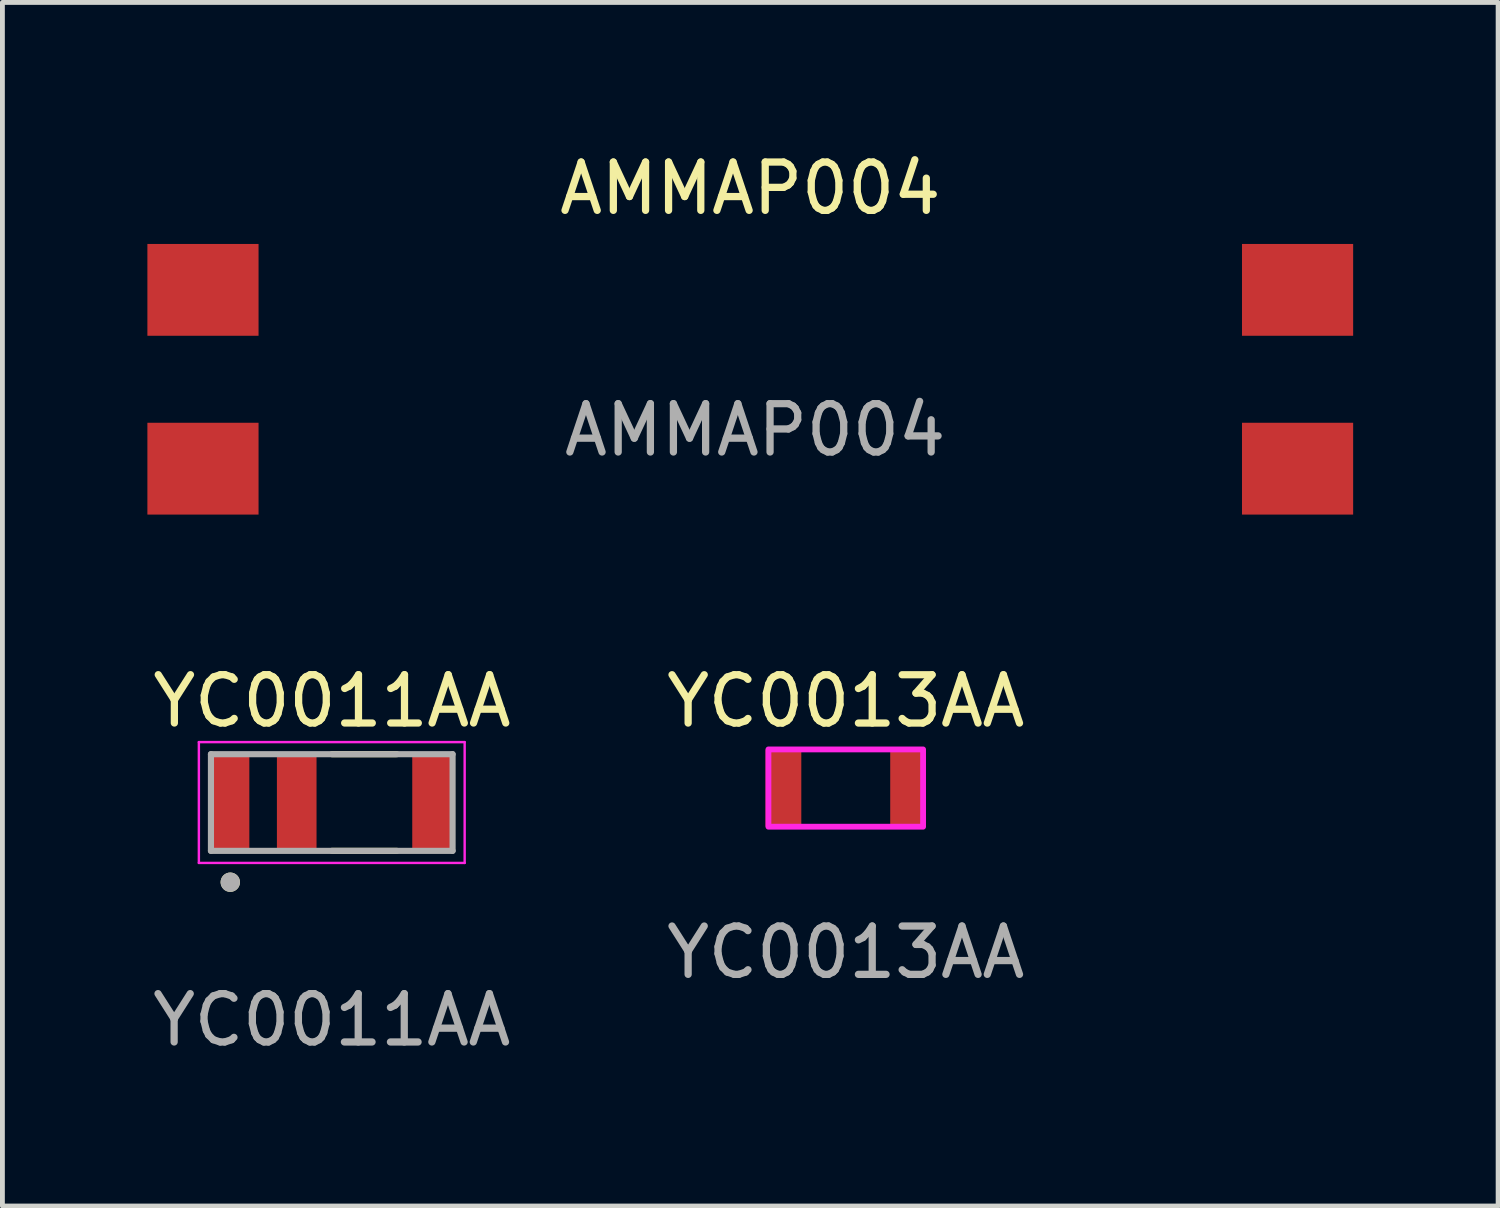
<source format=kicad_pcb>
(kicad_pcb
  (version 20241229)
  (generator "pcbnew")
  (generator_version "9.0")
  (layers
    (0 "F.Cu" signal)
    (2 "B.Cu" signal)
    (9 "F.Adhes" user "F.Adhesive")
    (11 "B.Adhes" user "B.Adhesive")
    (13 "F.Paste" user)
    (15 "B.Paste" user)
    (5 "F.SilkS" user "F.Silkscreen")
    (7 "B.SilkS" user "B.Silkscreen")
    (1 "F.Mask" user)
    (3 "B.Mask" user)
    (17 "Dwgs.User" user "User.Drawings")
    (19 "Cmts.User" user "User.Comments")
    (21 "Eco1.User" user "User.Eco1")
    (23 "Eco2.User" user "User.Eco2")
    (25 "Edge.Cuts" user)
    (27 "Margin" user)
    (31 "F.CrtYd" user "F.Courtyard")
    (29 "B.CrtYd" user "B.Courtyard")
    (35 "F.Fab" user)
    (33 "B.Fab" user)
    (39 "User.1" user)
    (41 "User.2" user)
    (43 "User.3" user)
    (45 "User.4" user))
  (footprint "AMMAP004"
    (layer "F.Cu")
    (at 12.475 4.848)
    (property "Reference" "AMMAP004" (at 0 -4 0) (unlocked yes) (layer "F.SilkS") (effects (font (size 1 1) (thickness 0.15))))
    (attr smd)
    (fp_rect (start -12 -2.8) (end 12 2.7) (stroke (width 0.12) (type solid)) (fill no) (layer "Margin"))
    (fp_text user "${REFERENCE}" (at 0.1 1 0) (unlocked yes) (layer "F.Fab") (effects (font (size 1 1) (thickness 0.15))))
    (pad "1" smd rect (at -11.325 -1.9) (size 2.3 1.9) (layers "F.Cu" "F.Mask" "F.Paste"))
    (pad "2" smd rect (at -11.325 1.8) (size 2.3 1.9) (layers "F.Cu" "F.Mask" "F.Paste"))
    (pad "3" smd rect (at 11.325 -1.9) (size 2.3 1.9) (layers "F.Cu" "F.Mask" "F.Paste"))
    (pad "3" smd rect (at 11.325 1.8) (size 2.3 1.9) (layers "F.Cu" "F.Mask" "F.Paste")))
  (footprint "YC0013AA"
    (layer "F.Cu")
    (at 14.451 13.257)
    (property "Reference" "YC0013AA" (at 0 -1.8 0) (unlocked yes) (layer "F.SilkS") (effects (font (size 1 1) (thickness 0.15))))
    (attr smd)
    (fp_rect (start -1.6 -0.8) (end 1.6 0.8) (stroke (width 0.12) (type solid)) (fill no) (layer "F.CrtYd"))
    (fp_text user "${REFERENCE}" (at 0 3.4 0) (unlocked yes) (layer "F.Fab") (effects (font (size 1 1) (thickness 0.15))))
    (pad "1" smd rect (at -1.29 0 270) (size 1.6 0.74) (layers "F.Cu" "F.Mask" "F.Paste"))
    (pad "2" smd rect (at 1.29 0 270) (size 1.6 0.74) (layers "F.Cu" "F.Mask" "F.Paste")))
  (footprint "YC0011AA"
    (layer "F.Cu")
    (at 3.815 13.556)
    (property "Reference" "YC0011AA" (at 0.005 -2.1 0) (unlocked yes) (layer "F.SilkS") (effects (font (size 1 1) (thickness 0.15))))
    (attr smd)
    (fp_line (start 0.005 -1) (end 1.345 -1) (stroke (width 0.127) (type solid)) (layer "F.SilkS"))
    (fp_line (start 1.345 1) (end 0.005 1) (stroke (width 0.127) (type solid)) (layer "F.SilkS"))
    (fp_circle (center -2.1 1.649) (end -2 1.649) (stroke (width 0.2) (type solid)) (fill no) (layer "F.SilkS"))
    (fp_line (start -2.75 -1.25) (end 2.75 -1.25) (stroke (width 0.05) (type solid)) (layer "F.CrtYd"))
    (fp_line (start -2.75 1.25) (end -2.75 -1.25) (stroke (width 0.05) (type solid)) (layer "F.CrtYd"))
    (fp_line (start 2.75 -1.25) (end 2.75 1.25) (stroke (width 0.05) (type solid)) (layer "F.CrtYd"))
    (fp_line (start 2.75 1.25) (end -2.75 1.25) (stroke (width 0.05) (type solid)) (layer "F.CrtYd"))
    (fp_line (start -2.5 -1) (end -2.5 1) (stroke (width 0.127) (type solid)) (layer "F.Fab"))
    (fp_line (start -2.5 1) (end 2.5 1) (stroke (width 0.127) (type solid)) (layer "F.Fab"))
    (fp_line (start 2.5 -1) (end -2.5 -1) (stroke (width 0.127) (type solid)) (layer "F.Fab"))
    (fp_line (start 2.5 1) (end 2.5 -1) (stroke (width 0.127) (type solid)) (layer "F.Fab"))
    (fp_circle (center -2.1 1.649) (end -2 1.649) (stroke (width 0.2) (type solid)) (fill no) (layer "F.Fab"))
    (fp_text user "${REFERENCE}" (at 0 4.5 0) (unlocked yes) (layer "F.Fab") (effects (font (size 1 1) (thickness 0.15))))
    (pad "1" smd rect (at -2.103 0) (size 0.795 2) (layers "F.Cu" "F.Mask" "F.Paste"))
    (pad "2" smd rect (at -0.725 0) (size 0.82 2) (layers "F.Cu" "F.Mask" "F.Paste"))
    (pad "3" smd rect (at 2.083 0) (size 0.835 2) (layers "F.Cu" "F.Mask" "F.Paste"))
    (zone (net_name "") (layer "F.Cu") (hatch full 0.508) (connect_pads) (min_thickness 0.01) (filled_areas_thickness no) (keepout (tracks not_allowed) (vias not_allowed) (pads not_allowed) (copperpour not_allowed) (footprints allowed)) (placement (enabled no)) (fill) (polygon (pts (xy 2.115 12.556) (xy 2.115 14.556) (xy 2.675 14.556) (xy 2.675 12.556))))
    (zone (net_name "") (layer "F.Cu") (hatch full 0.508) (connect_pads) (min_thickness 0.01) (filled_areas_thickness no) (keepout (tracks not_allowed) (vias not_allowed) (pads not_allowed) (copperpour not_allowed) (footprints allowed)) (placement (enabled no)) (fill) (polygon (pts (xy 3.505 12.556) (xy 3.505 14.556) (xy 5.475 14.556) (xy 5.475 12.556))))
    (zone (net_name "") (layers "F.Cu" "B.Cu") (hatch full 0.508) (connect_pads) (min_thickness 0.01) (filled_areas_thickness no) (keepout (tracks allowed) (vias not_allowed) (pads allowed) (copperpour allowed) (footprints allowed)) (placement (enabled no)) (fill) (polygon (pts (xy 2.115 12.556) (xy 2.115 14.556) (xy 2.675 14.556) (xy 2.675 12.556))))
    (zone (net_name "") (layers "F.Cu" "B.Cu") (hatch full 0.508) (connect_pads) (min_thickness 0.01) (filled_areas_thickness no) (keepout (tracks allowed) (vias not_allowed) (pads allowed) (copperpour allowed) (footprints allowed)) (placement (enabled no)) (fill) (polygon (pts (xy 3.505 12.556) (xy 3.505 14.556) (xy 5.475 14.556) (xy 5.475 12.556)))))
  (gr_rect
    (start -3 -3)
    (end 27.95 21.905)
    (stroke (width 0.1) (type default))
    (fill no)
    (layer "Edge.Cuts")))
</source>
